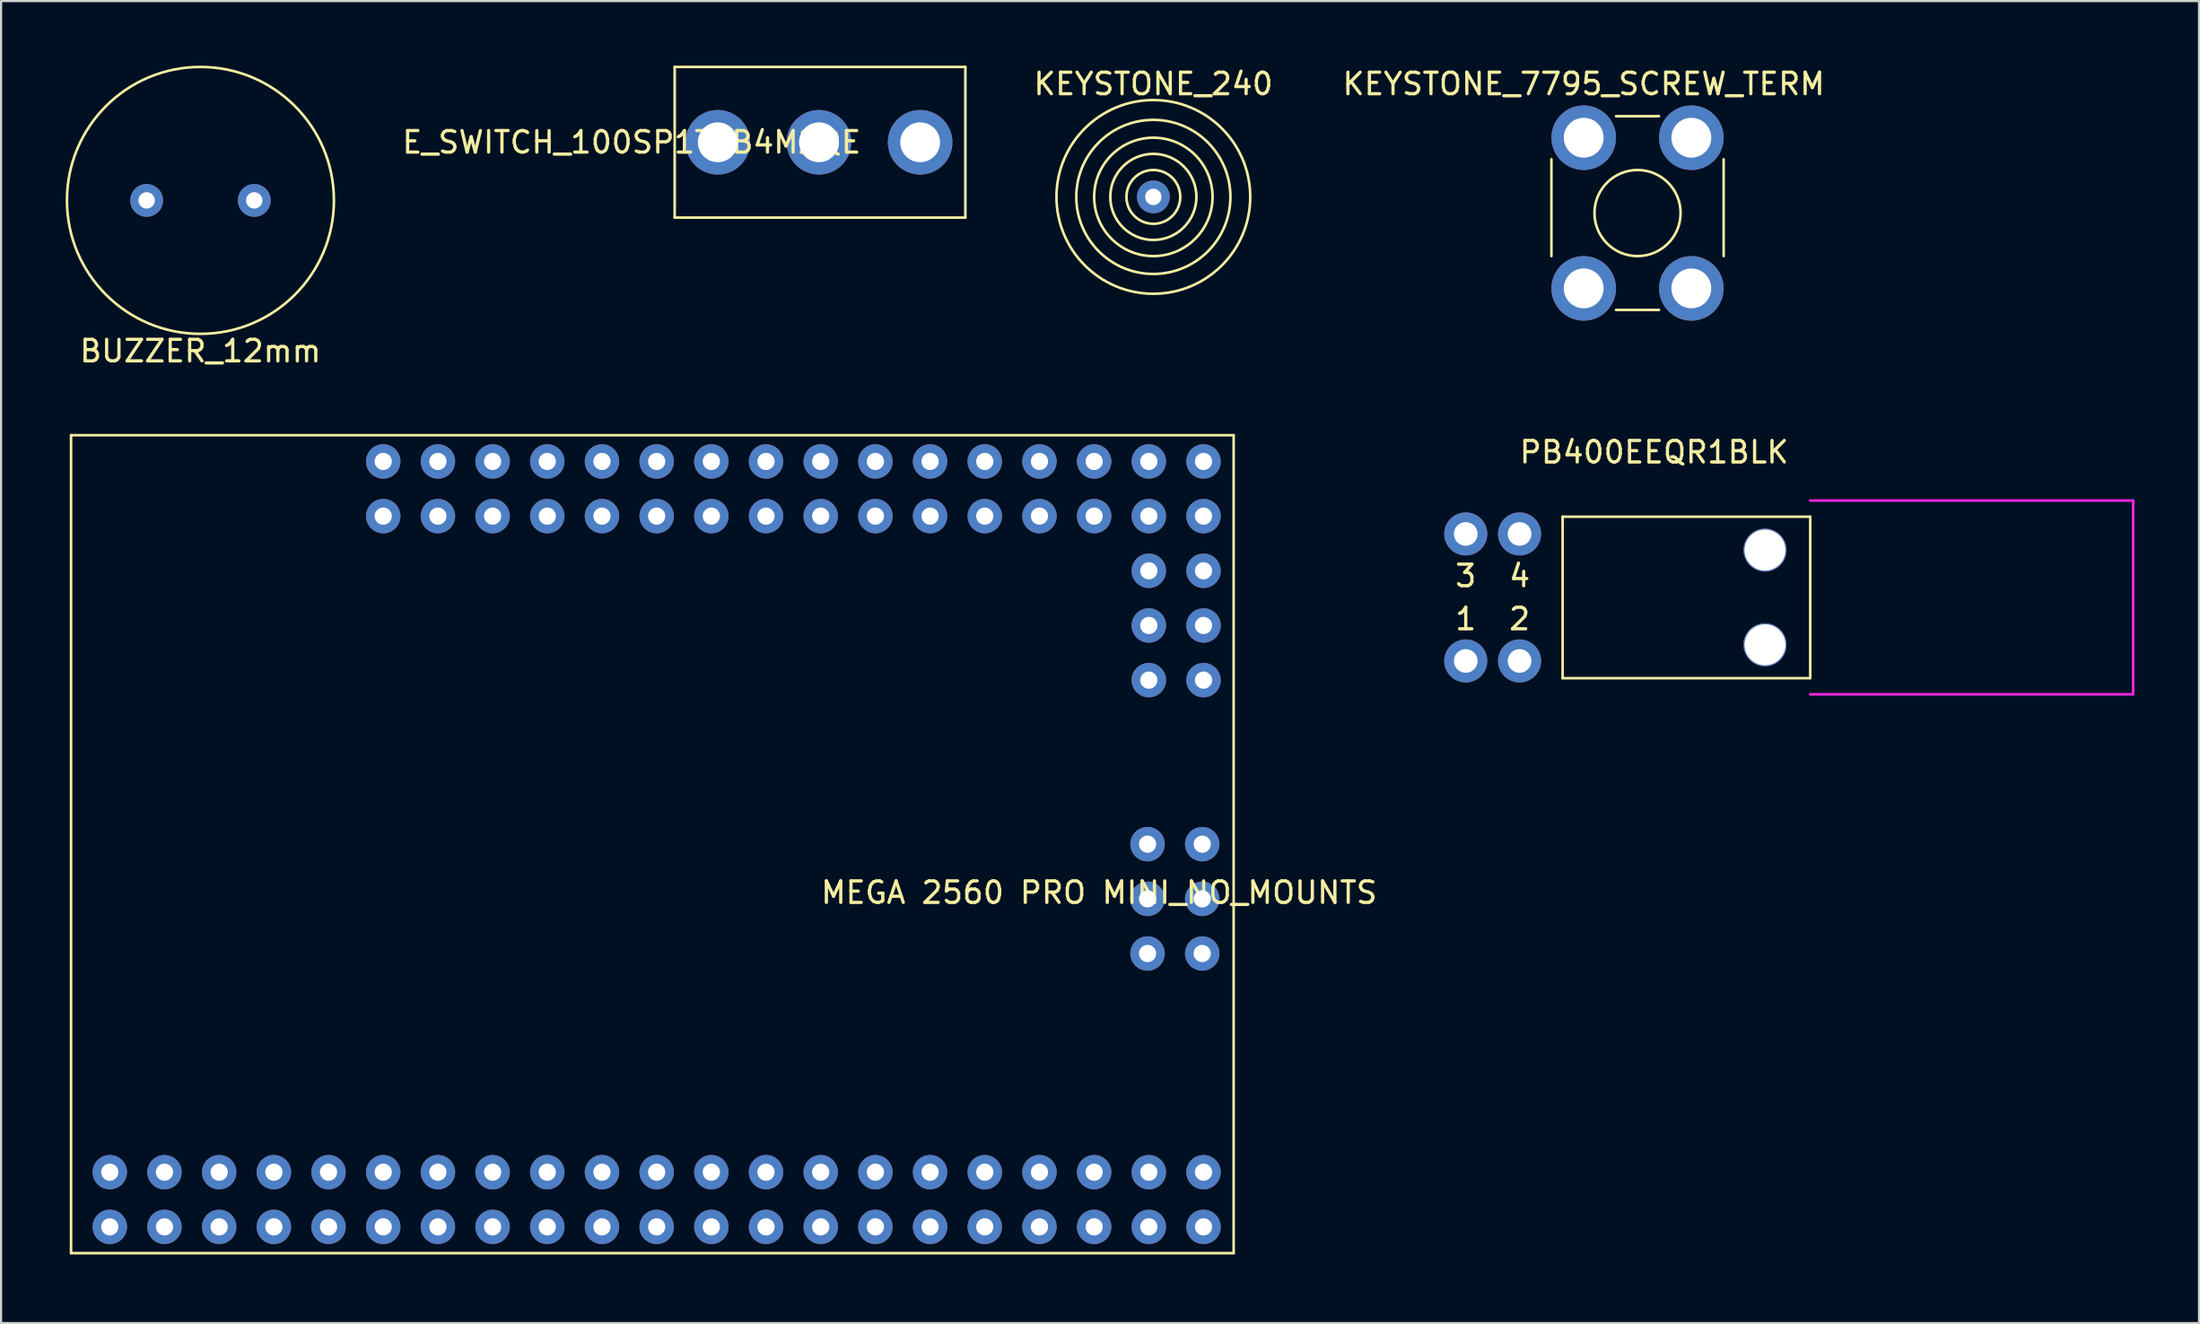
<source format=kicad_pcb>
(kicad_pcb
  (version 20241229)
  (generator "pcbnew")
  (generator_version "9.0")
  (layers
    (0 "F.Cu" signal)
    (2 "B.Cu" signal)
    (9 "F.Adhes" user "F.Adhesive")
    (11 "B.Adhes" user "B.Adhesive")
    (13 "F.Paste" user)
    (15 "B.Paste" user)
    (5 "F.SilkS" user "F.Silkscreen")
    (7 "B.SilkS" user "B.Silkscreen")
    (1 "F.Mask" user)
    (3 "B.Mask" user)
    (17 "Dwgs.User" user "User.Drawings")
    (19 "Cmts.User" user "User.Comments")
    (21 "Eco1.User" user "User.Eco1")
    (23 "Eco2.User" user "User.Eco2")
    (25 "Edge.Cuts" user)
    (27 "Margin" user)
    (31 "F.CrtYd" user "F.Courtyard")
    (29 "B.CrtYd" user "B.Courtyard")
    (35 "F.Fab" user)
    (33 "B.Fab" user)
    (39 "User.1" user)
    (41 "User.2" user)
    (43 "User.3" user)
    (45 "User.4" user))
  (footprint "BUZZER_12mm"
    (layer "F.Cu")
    (at 6.26 6.26)
    (property "Reference" "BUZZER_12mm" (at 0 7 0) (layer "F.SilkS") (effects (font (size 1 1) (thickness 0.15))))
    (attr through_hole)
    (fp_circle (center 0 0) (end 6.2 0) (stroke (width 0.12) (type solid)) (fill no) (layer "F.SilkS"))
    (pad "1" thru_hole circle (at -2.5 0) (size 1.524 1.524) (drill 0.762) (layers "*.Cu" "*.Mask"))
    (pad "2" thru_hole circle (at 2.5 0) (size 1.524 1.524) (drill 0.762) (layers "*.Cu" "*.Mask")))
  (footprint "E_SWITCH_100SP1T1B4M2QE"
    (layer "F.Cu")
    (at 30.288 3.56)
    (property "Reference" "E_SWITCH_100SP1T1B4M2QE" (at -4 0 0) (layer "F.SilkS") (effects (font (size 1 1) (thickness 0.15))))
    (attr through_hole)
    (fp_line (start -2 -3.5) (end 11.5 -3.5) (stroke (width 0.12) (type solid)) (layer "F.SilkS"))
    (fp_line (start -2 3.5) (end -2 -3.5) (stroke (width 0.12) (type solid)) (layer "F.SilkS"))
    (fp_line (start 11.5 -3.5) (end 11.5 3.5) (stroke (width 0.12) (type solid)) (layer "F.SilkS"))
    (fp_line (start 11.5 3.5) (end -2 3.5) (stroke (width 0.12) (type solid)) (layer "F.SilkS"))
    (pad "1" thru_hole circle (at 0 0) (size 3 3) (drill 1.85) (layers "*.Cu" "*.Mask"))
    (pad "2" thru_hole circle (at 4.7 0) (size 3 3) (drill 1.85) (layers "*.Cu" "*.Mask"))
    (pad "3" thru_hole circle (at 9.4 0) (size 3 3) (drill 1.85) (layers "*.Cu" "*.Mask")))
  (footprint "MEGA 2560 PRO MINI_NO_MOUNTS"
    (layer "F.Cu")
    (at 0.25 55.168)
    (property "Reference" "MEGA 2560 PRO MINI_NO_MOUNTS" (at 47.75 -16.75 0) (layer "F.SilkS") (effects (font (size 1 1) (thickness 0.15))))
    (attr through_hole)
    (fp_line (start 0 -38) (end 54 -38) (stroke (width 0.12) (type solid)) (layer "F.SilkS"))
    (fp_line (start 0 0) (end 0 -38) (stroke (width 0.12) (type solid)) (layer "F.SilkS"))
    (fp_line (start 54 -38) (end 54 0) (stroke (width 0.12) (type solid)) (layer "F.SilkS"))
    (fp_line (start 54 0) (end 0 0) (stroke (width 0.12) (type solid)) (layer "F.SilkS"))
    (pad "1" thru_hole circle (at 1.8 -3.76) (size 1.6 1.6) (drill 0.8) (layers "*.Cu" "*.Mask"))
    (pad "2" thru_hole circle (at 1.8 -1.22) (size 1.6 1.6) (drill 0.8) (layers "*.Cu" "*.Mask"))
    (pad "3" thru_hole circle (at 4.34 -3.76) (size 1.6 1.6) (drill 0.8) (layers "*.Cu" "*.Mask"))
    (pad "4" thru_hole circle (at 4.34 -1.22) (size 1.6 1.6) (drill 0.8) (layers "*.Cu" "*.Mask"))
    (pad "5" thru_hole circle (at 6.88 -3.76) (size 1.6 1.6) (drill 0.8) (layers "*.Cu" "*.Mask"))
    (pad "6" thru_hole circle (at 6.88 -1.22) (size 1.6 1.6) (drill 0.8) (layers "*.Cu" "*.Mask"))
    (pad "7" thru_hole circle (at 9.42 -3.76) (size 1.6 1.6) (drill 0.8) (layers "*.Cu" "*.Mask"))
    (pad "8" thru_hole circle (at 9.42 -1.22) (size 1.6 1.6) (drill 0.8) (layers "*.Cu" "*.Mask"))
    (pad "9" thru_hole circle (at 11.96 -3.76) (size 1.6 1.6) (drill 0.8) (layers "*.Cu" "*.Mask"))
    (pad "10" thru_hole circle (at 11.96 -1.22) (size 1.6 1.6) (drill 0.8) (layers "*.Cu" "*.Mask"))
    (pad "11" thru_hole circle (at 14.5 -3.76) (size 1.6 1.6) (drill 0.8) (layers "*.Cu" "*.Mask"))
    (pad "12" thru_hole circle (at 14.5 -1.22) (size 1.6 1.6) (drill 0.8) (layers "*.Cu" "*.Mask"))
    (pad "13" thru_hole circle (at 17.04 -3.76) (size 1.6 1.6) (drill 0.8) (layers "*.Cu" "*.Mask"))
    (pad "14" thru_hole circle (at 17.04 -1.22) (size 1.6 1.6) (drill 0.8) (layers "*.Cu" "*.Mask"))
    (pad "15" thru_hole circle (at 19.58 -3.76) (size 1.6 1.6) (drill 0.8) (layers "*.Cu" "*.Mask"))
    (pad "16" thru_hole circle (at 19.58 -1.22) (size 1.6 1.6) (drill 0.8) (layers "*.Cu" "*.Mask"))
    (pad "17" thru_hole circle (at 22.12 -3.76) (size 1.6 1.6) (drill 0.8) (layers "*.Cu" "*.Mask"))
    (pad "18" thru_hole circle (at 22.12 -1.22) (size 1.6 1.6) (drill 0.8) (layers "*.Cu" "*.Mask"))
    (pad "19" thru_hole circle (at 24.66 -3.76) (size 1.6 1.6) (drill 0.8) (layers "*.Cu" "*.Mask"))
    (pad "20" thru_hole circle (at 24.66 -1.22) (size 1.6 1.6) (drill 0.8) (layers "*.Cu" "*.Mask"))
    (pad "21" thru_hole circle (at 27.2 -3.76) (size 1.6 1.6) (drill 0.8) (layers "*.Cu" "*.Mask"))
    (pad "22" thru_hole circle (at 27.2 -1.22) (size 1.6 1.6) (drill 0.8) (layers "*.Cu" "*.Mask"))
    (pad "23" thru_hole circle (at 29.74 -3.76) (size 1.6 1.6) (drill 0.8) (layers "*.Cu" "*.Mask"))
    (pad "24" thru_hole circle (at 29.74 -1.22) (size 1.6 1.6) (drill 0.8) (layers "*.Cu" "*.Mask"))
    (pad "25" thru_hole circle (at 32.28 -3.76) (size 1.6 1.6) (drill 0.8) (layers "*.Cu" "*.Mask"))
    (pad "26" thru_hole circle (at 32.28 -1.22) (size 1.6 1.6) (drill 0.8) (layers "*.Cu" "*.Mask"))
    (pad "27" thru_hole circle (at 34.82 -3.76) (size 1.6 1.6) (drill 0.8) (layers "*.Cu" "*.Mask"))
    (pad "28" thru_hole circle (at 34.82 -1.22) (size 1.6 1.6) (drill 0.8) (layers "*.Cu" "*.Mask"))
    (pad "29" thru_hole circle (at 37.36 -3.76) (size 1.6 1.6) (drill 0.8) (layers "*.Cu" "*.Mask"))
    (pad "30" thru_hole circle (at 37.36 -1.22) (size 1.6 1.6) (drill 0.8) (layers "*.Cu" "*.Mask"))
    (pad "31" thru_hole circle (at 39.9 -3.76) (size 1.6 1.6) (drill 0.8) (layers "*.Cu" "*.Mask"))
    (pad "32" thru_hole circle (at 39.9 -1.22) (size 1.6 1.6) (drill 0.8) (layers "*.Cu" "*.Mask"))
    (pad "33" thru_hole circle (at 42.44 -3.76) (size 1.6 1.6) (drill 0.8) (layers "*.Cu" "*.Mask"))
    (pad "34" thru_hole circle (at 42.44 -1.22) (size 1.6 1.6) (drill 0.8) (layers "*.Cu" "*.Mask"))
    (pad "35" thru_hole circle (at 44.98 -3.76) (size 1.6 1.6) (drill 0.8) (layers "*.Cu" "*.Mask"))
    (pad "36" thru_hole circle (at 44.98 -1.22) (size 1.6 1.6) (drill 0.8) (layers "*.Cu" "*.Mask"))
    (pad "37" thru_hole circle (at 47.52 -3.76) (size 1.6 1.6) (drill 0.8) (layers "*.Cu" "*.Mask"))
    (pad "38" thru_hole circle (at 47.52 -1.22) (size 1.6 1.6) (drill 0.8) (layers "*.Cu" "*.Mask"))
    (pad "39" thru_hole circle (at 50.06 -3.76) (size 1.6 1.6) (drill 0.8) (layers "*.Cu" "*.Mask"))
    (pad "40" thru_hole circle (at 50.06 -1.22) (size 1.6 1.6) (drill 0.8) (layers "*.Cu" "*.Mask"))
    (pad "41" thru_hole circle (at 52.6 -3.76) (size 1.6 1.6) (drill 0.8) (layers "*.Cu" "*.Mask"))
    (pad "42" thru_hole circle (at 52.6 -1.22) (size 1.6 1.6) (drill 0.8) (layers "*.Cu" "*.Mask"))
    (pad "43" thru_hole circle (at 14.5 -36.78) (size 1.6 1.6) (drill 0.8) (layers "*.Cu" "*.Mask"))
    (pad "44" thru_hole circle (at 14.5 -34.24) (size 1.6 1.6) (drill 0.8) (layers "*.Cu" "*.Mask"))
    (pad "45" thru_hole circle (at 17.04 -36.78) (size 1.6 1.6) (drill 0.8) (layers "*.Cu" "*.Mask"))
    (pad "46" thru_hole circle (at 17.04 -34.24) (size 1.6 1.6) (drill 0.8) (layers "*.Cu" "*.Mask"))
    (pad "47" thru_hole circle (at 19.58 -36.78) (size 1.6 1.6) (drill 0.8) (layers "*.Cu" "*.Mask"))
    (pad "48" thru_hole circle (at 19.58 -34.24) (size 1.6 1.6) (drill 0.8) (layers "*.Cu" "*.Mask"))
    (pad "49" thru_hole circle (at 22.12 -36.78) (size 1.6 1.6) (drill 0.8) (layers "*.Cu" "*.Mask"))
    (pad "50" thru_hole circle (at 22.12 -34.24) (size 1.6 1.6) (drill 0.8) (layers "*.Cu" "*.Mask"))
    (pad "51" thru_hole circle (at 24.66 -36.78) (size 1.6 1.6) (drill 0.8) (layers "*.Cu" "*.Mask"))
    (pad "52" thru_hole circle (at 24.66 -34.24) (size 1.6 1.6) (drill 0.8) (layers "*.Cu" "*.Mask"))
    (pad "53" thru_hole circle (at 27.2 -36.78) (size 1.6 1.6) (drill 0.8) (layers "*.Cu" "*.Mask"))
    (pad "54" thru_hole circle (at 27.2 -34.24) (size 1.6 1.6) (drill 0.8) (layers "*.Cu" "*.Mask"))
    (pad "55" thru_hole circle (at 29.74 -36.78) (size 1.6 1.6) (drill 0.8) (layers "*.Cu" "*.Mask"))
    (pad "56" thru_hole circle (at 29.74 -34.24) (size 1.6 1.6) (drill 0.8) (layers "*.Cu" "*.Mask"))
    (pad "57" thru_hole circle (at 32.28 -36.78) (size 1.6 1.6) (drill 0.8) (layers "*.Cu" "*.Mask"))
    (pad "58" thru_hole circle (at 32.28 -34.24) (size 1.6 1.6) (drill 0.8) (layers "*.Cu" "*.Mask"))
    (pad "59" thru_hole circle (at 34.82 -36.78) (size 1.6 1.6) (drill 0.8) (layers "*.Cu" "*.Mask"))
    (pad "60" thru_hole circle (at 34.82 -34.24) (size 1.6 1.6) (drill 0.8) (layers "*.Cu" "*.Mask"))
    (pad "61" thru_hole circle (at 37.36 -36.78) (size 1.6 1.6) (drill 0.8) (layers "*.Cu" "*.Mask"))
    (pad "62" thru_hole circle (at 37.36 -34.24) (size 1.6 1.6) (drill 0.8) (layers "*.Cu" "*.Mask"))
    (pad "63" thru_hole circle (at 39.9 -36.78) (size 1.6 1.6) (drill 0.8) (layers "*.Cu" "*.Mask"))
    (pad "64" thru_hole circle (at 39.9 -34.24) (size 1.6 1.6) (drill 0.8) (layers "*.Cu" "*.Mask"))
    (pad "65" thru_hole circle (at 42.44 -36.78) (size 1.6 1.6) (drill 0.8) (layers "*.Cu" "*.Mask"))
    (pad "66" thru_hole circle (at 42.44 -34.24) (size 1.6 1.6) (drill 0.8) (layers "*.Cu" "*.Mask"))
    (pad "67" thru_hole circle (at 44.98 -36.78) (size 1.6 1.6) (drill 0.8) (layers "*.Cu" "*.Mask"))
    (pad "68" thru_hole circle (at 44.98 -34.24) (size 1.6 1.6) (drill 0.8) (layers "*.Cu" "*.Mask"))
    (pad "69" thru_hole circle (at 47.52 -36.78) (size 1.6 1.6) (drill 0.8) (layers "*.Cu" "*.Mask"))
    (pad "70" thru_hole circle (at 47.52 -34.24) (size 1.6 1.6) (drill 0.8) (layers "*.Cu" "*.Mask"))
    (pad "71" thru_hole circle (at 50.06 -36.78) (size 1.6 1.6) (drill 0.8) (layers "*.Cu" "*.Mask"))
    (pad "72" thru_hole circle (at 50.06 -34.24) (size 1.6 1.6) (drill 0.8) (layers "*.Cu" "*.Mask"))
    (pad "73" thru_hole circle (at 52.6 -36.78) (size 1.6 1.6) (drill 0.8) (layers "*.Cu" "*.Mask"))
    (pad "74" thru_hole circle (at 52.6 -34.24) (size 1.6 1.6) (drill 0.8) (layers "*.Cu" "*.Mask"))
    (pad "75" thru_hole circle (at 52.6 -31.7) (size 1.6 1.6) (drill 0.8) (layers "*.Cu" "*.Mask"))
    (pad "76" thru_hole circle (at 50.06 -31.7) (size 1.6 1.6) (drill 0.8) (layers "*.Cu" "*.Mask"))
    (pad "77" thru_hole circle (at 52.6 -29.16) (size 1.6 1.6) (drill 0.8) (layers "*.Cu" "*.Mask"))
    (pad "78" thru_hole circle (at 50.06 -29.16) (size 1.6 1.6) (drill 0.8) (layers "*.Cu" "*.Mask"))
    (pad "79" thru_hole circle (at 52.6 -26.62) (size 1.6 1.6) (drill 0.8) (layers "*.Cu" "*.Mask"))
    (pad "80" thru_hole circle (at 50.06 -26.62) (size 1.6 1.6) (drill 0.8) (layers "*.Cu" "*.Mask"))
    (pad "81" thru_hole circle (at 52.54 -19) (size 1.6 1.6) (drill 0.8) (layers "*.Cu" "*.Mask"))
    (pad "82" thru_hole circle (at 50 -19) (size 1.6 1.6) (drill 0.8) (layers "*.Cu" "*.Mask"))
    (pad "83" thru_hole circle (at 52.54 -16.46) (size 1.6 1.6) (drill 0.8) (layers "*.Cu" "*.Mask"))
    (pad "84" thru_hole circle (at 50 -16.46) (size 1.6 1.6) (drill 0.8) (layers "*.Cu" "*.Mask"))
    (pad "85" thru_hole circle (at 52.54 -13.92) (size 1.6 1.6) (drill 0.8) (layers "*.Cu" "*.Mask"))
    (pad "86" thru_hole circle (at 50 -13.92) (size 1.6 1.6) (drill 0.8) (layers "*.Cu" "*.Mask")))
  (footprint "KEYSTONE_7795_SCREW_TERM"
    (layer "F.Cu")
    (at 70.509 3.348)
    (property "Reference" "KEYSTONE_7795_SCREW_TERM" (at 0 -2.5 0) (layer "F.SilkS") (effects (font (size 1 1) (thickness 0.15))))
    (attr through_hole)
    (fp_line (start -1.5 5.5) (end -1.5 1) (stroke (width 0.12) (type solid)) (layer "F.SilkS"))
    (fp_line (start 1.5 -1) (end 3.5 -1) (stroke (width 0.12) (type solid)) (layer "F.SilkS"))
    (fp_line (start 1.5 8) (end 3.5 8) (stroke (width 0.12) (type solid)) (layer "F.SilkS"))
    (fp_line (start 6.5 1) (end 6.5 5.5) (stroke (width 0.12) (type solid)) (layer "F.SilkS"))
    (fp_circle (center 2.5 3.5) (end 4.5 3.5) (stroke (width 0.12) (type solid)) (fill no) (layer "F.SilkS"))
    (pad "1" thru_hole circle (at 0 0) (size 3 3) (drill 1.85) (layers "*.Cu" "*.Mask"))
    (pad "1" thru_hole circle (at 0 7) (size 3 3) (drill 1.85) (layers "*.Cu" "*.Mask"))
    (pad "1" thru_hole circle (at 5 0) (size 3 3) (drill 1.85) (layers "*.Cu" "*.Mask"))
    (pad "1" thru_hole circle (at 5 7) (size 3 3) (drill 1.85) (layers "*.Cu" "*.Mask")))
  (footprint "PB400EEQR1BLK"
    (layer "F.Cu")
    (at 65.03 24.706)
    (property "Reference" "PB400EEQR1BLK" (at 8.75 -6.75 0) (layer "F.SilkS") (effects (font (size 1 1) (thickness 0.15))))
    (attr through_hole)
    (fp_line (start 4.5 -3.75) (end 4.5 3.75) (stroke (width 0.12) (type solid)) (layer "F.SilkS"))
    (fp_line (start 4.5 -3.75) (end 16 -3.75) (stroke (width 0.12) (type solid)) (layer "F.SilkS"))
    (fp_line (start 16 -3.75) (end 16 3.75) (stroke (width 0.12) (type solid)) (layer "F.SilkS"))
    (fp_line (start 16 3.75) (end 4.5 3.75) (stroke (width 0.12) (type solid)) (layer "F.SilkS"))
    (fp_line (start 16 -4.5) (end 31 -4.5) (stroke (width 0.12) (type solid)) (layer "F.CrtYd"))
    (fp_line (start 31 -4.5) (end 31 4.5) (stroke (width 0.12) (type solid)) (layer "F.CrtYd"))
    (fp_line (start 31 4.5) (end 16 4.5) (stroke (width 0.12) (type solid)) (layer "F.CrtYd"))
    (fp_text user "4" (at 2.5 -1 0) (layer "F.SilkS") (effects (font (size 1 1) (thickness 0.15))))
    (fp_text user "2" (at 2.5 1 0) (layer "F.SilkS") (effects (font (size 1 1) (thickness 0.15))))
    (fp_text user "1" (at 0 1 0) (layer "F.SilkS") (effects (font (size 1 1) (thickness 0.15))))
    (fp_text user "3" (at 0 -1 0) (layer "F.SilkS") (effects (font (size 1 1) (thickness 0.15))))
    (pad "" np_thru_hole circle (at 13.9 -2.2) (size 2 2) (drill 1.9) (layers "*.Cu" "*.Mask"))
    (pad "" np_thru_hole circle (at 13.9 2.2) (size 2 2) (drill 1.9) (layers "*.Cu" "*.Mask"))
    (pad "1" thru_hole circle (at 0 2.95) (size 2 2) (drill 1.1) (layers "*.Cu" "*.Mask"))
    (pad "2" thru_hole circle (at 2.5 2.95) (size 2 2) (drill 1.1) (layers "*.Cu" "*.Mask"))
    (pad "3" thru_hole circle (at 0 -2.95) (size 2 2) (drill 1.1) (layers "*.Cu" "*.Mask"))
    (pad "4" thru_hole circle (at 2.5 -2.95) (size 2 2) (drill 1.1) (layers "*.Cu" "*.Mask")))
  (footprint "KEYSTONE_240"
    (layer "F.Cu")
    (at 50.52 6.098)
    (property "Reference" "KEYSTONE_240" (at 0 -5.25 0) (layer "F.SilkS") (effects (font (size 1 1) (thickness 0.15))))
    (attr through_hole)
    (fp_circle (center 0 0) (end 1.25 0) (stroke (width 0.12) (type solid)) (fill no) (layer "F.SilkS"))
    (fp_circle (center 0 0) (end 2 0) (stroke (width 0.12) (type solid)) (fill no) (layer "F.SilkS"))
    (fp_circle (center 0 0) (end 2.75 0) (stroke (width 0.12) (type solid)) (fill no) (layer "F.SilkS"))
    (fp_circle (center 0 0) (end 3.5 -0.75) (stroke (width 0.12) (type solid)) (fill no) (layer "F.SilkS"))
    (fp_circle (center 0 0) (end 4.5 0) (stroke (width 0.12) (type solid)) (fill no) (layer "F.SilkS"))
    (pad "1" thru_hole circle (at 0 0) (size 1.524 1.524) (drill 0.762) (layers "*.Cu" "*.Mask")))
  (gr_rect
    (start -3 -3)
    (end 99.09 58.418)
    (stroke (width 0.1) (type default))
    (fill no)
    (layer "Edge.Cuts")))
</source>
